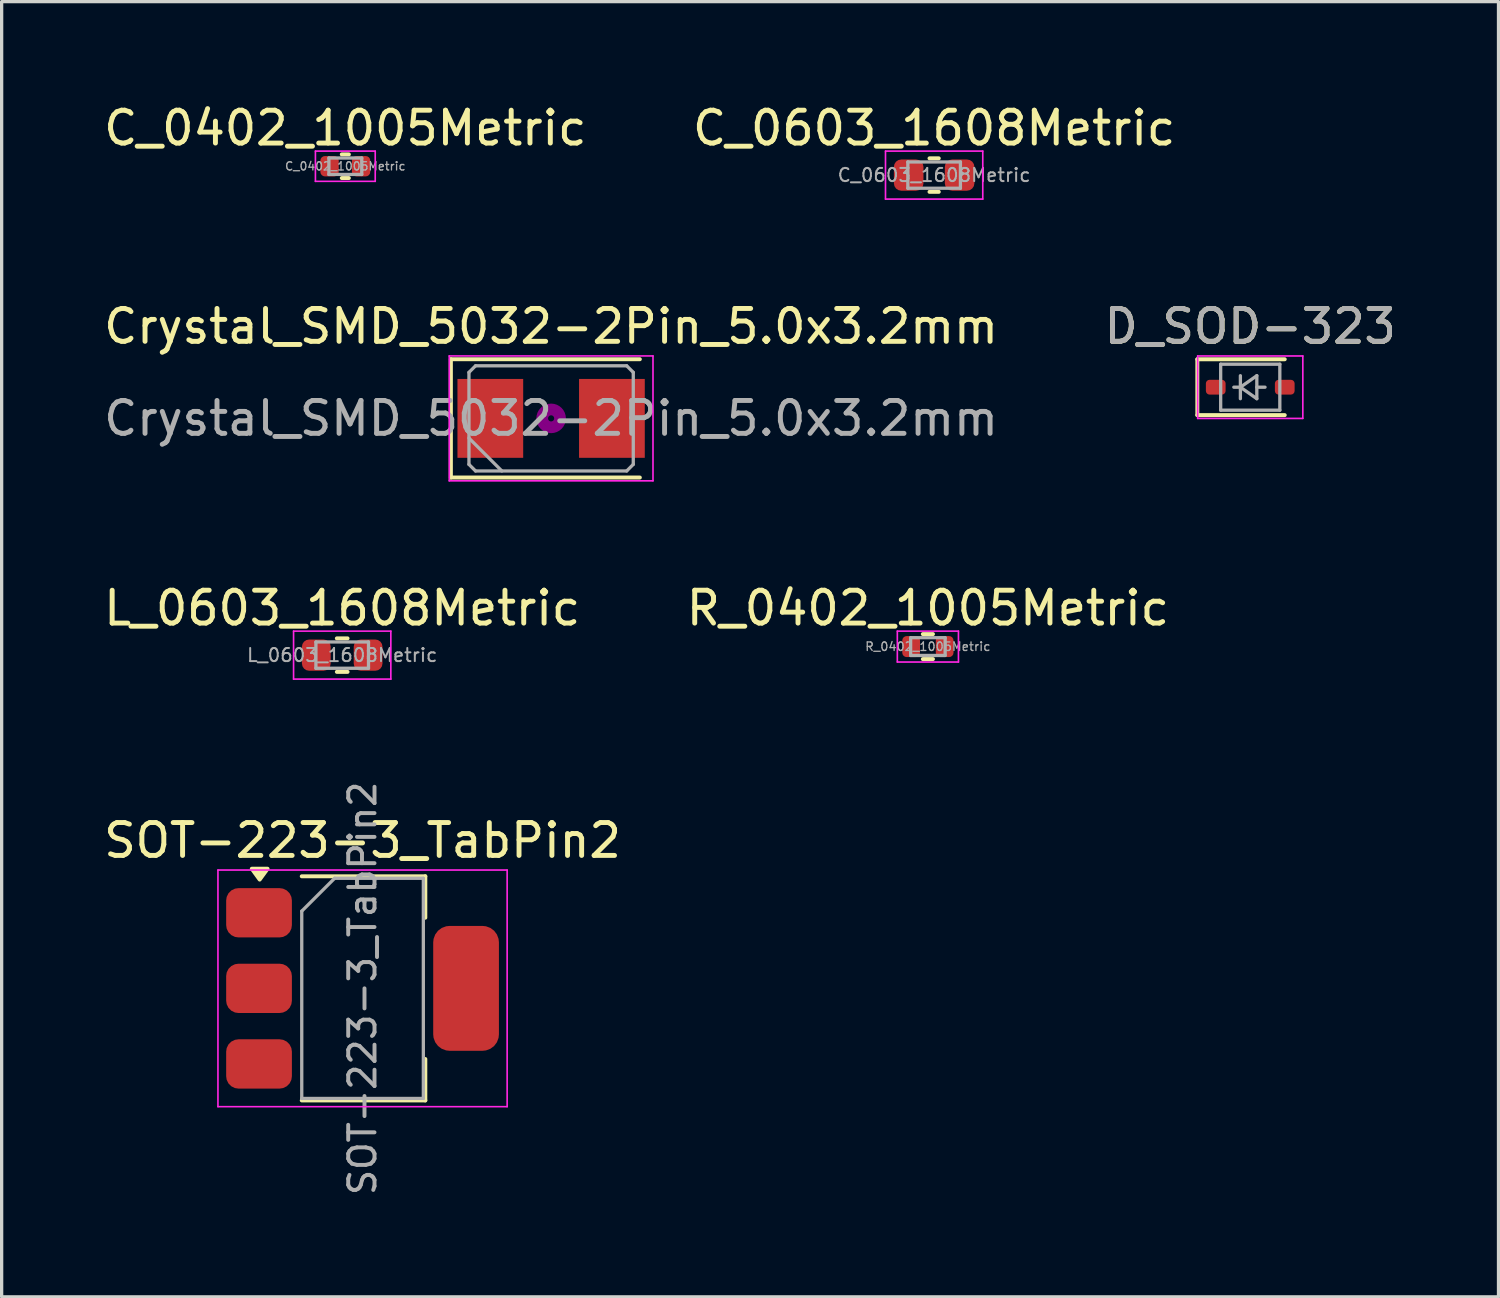
<source format=kicad_pcb>
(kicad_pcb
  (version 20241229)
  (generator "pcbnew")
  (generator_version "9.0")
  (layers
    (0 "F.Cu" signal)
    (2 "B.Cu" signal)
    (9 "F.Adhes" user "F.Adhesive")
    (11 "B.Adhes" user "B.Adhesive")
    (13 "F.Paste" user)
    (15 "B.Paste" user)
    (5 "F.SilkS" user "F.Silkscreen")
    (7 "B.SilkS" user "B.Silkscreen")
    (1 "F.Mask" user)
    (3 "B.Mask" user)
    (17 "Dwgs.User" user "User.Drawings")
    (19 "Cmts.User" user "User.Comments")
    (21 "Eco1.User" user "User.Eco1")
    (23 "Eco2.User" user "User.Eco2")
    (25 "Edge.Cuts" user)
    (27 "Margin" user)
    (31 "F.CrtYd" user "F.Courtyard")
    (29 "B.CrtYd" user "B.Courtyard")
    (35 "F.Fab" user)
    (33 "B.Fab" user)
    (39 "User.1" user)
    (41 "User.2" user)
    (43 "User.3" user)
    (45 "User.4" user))
  (footprint "L_0603_1608Metric"
    (layer "F.Cu")
    (at 7.363 16.885)
    (property "Reference" "L_0603_1608Metric" (at 0 -1.43 0) (layer "F.SilkS") (effects (font (size 1 1) (thickness 0.15))))
    (attr smd)
    (fp_line (start -0.163 -0.51) (end 0.163 -0.51) (stroke (width 0.12) (type solid)) (layer "F.SilkS"))
    (fp_line (start -0.163 0.51) (end 0.163 0.51) (stroke (width 0.12) (type solid)) (layer "F.SilkS"))
    (fp_line (start -1.48 -0.73) (end 1.48 -0.73) (stroke (width 0.05) (type solid)) (layer "F.CrtYd"))
    (fp_line (start -1.48 0.73) (end -1.48 -0.73) (stroke (width 0.05) (type solid)) (layer "F.CrtYd"))
    (fp_line (start 1.48 -0.73) (end 1.48 0.73) (stroke (width 0.05) (type solid)) (layer "F.CrtYd"))
    (fp_line (start 1.48 0.73) (end -1.48 0.73) (stroke (width 0.05) (type solid)) (layer "F.CrtYd"))
    (fp_line (start -0.8 -0.4) (end 0.8 -0.4) (stroke (width 0.1) (type solid)) (layer "F.Fab"))
    (fp_line (start -0.8 0.4) (end -0.8 -0.4) (stroke (width 0.1) (type solid)) (layer "F.Fab"))
    (fp_line (start 0.8 -0.4) (end 0.8 0.4) (stroke (width 0.1) (type solid)) (layer "F.Fab"))
    (fp_line (start 0.8 0.4) (end -0.8 0.4) (stroke (width 0.1) (type solid)) (layer "F.Fab"))
    (fp_text user "${REFERENCE}" (at 0 0 0) (layer "F.Fab") (effects (font (size 0.4 0.4) (thickness 0.06))))
    (pad "1" smd roundrect (at -0.788 0 180) (size 0.875 0.95) (layers "F.Cu" "F.Mask" "F.Paste") (roundrect_rratio 0.25))
    (pad "2" smd roundrect (at 0.788 0 180) (size 0.875 0.95) (layers "F.Cu" "F.Mask" "F.Paste") (roundrect_rratio 0.25)))
  (footprint "SOT-223-3_TabPin2"
    (layer "F.Cu")
    (at 7.982 27.025)
    (property "Reference" "SOT-223-3_TabPin2" (at 0 -4.5 0) (layer "F.SilkS") (effects (font (size 1 1) (thickness 0.15))))
    (attr smd)
    (fp_line (start -1.85 -3.41) (end 1.91 -3.41) (stroke (width 0.12) (type solid)) (layer "F.SilkS"))
    (fp_line (start -1.85 3.41) (end 1.91 3.41) (stroke (width 0.12) (type solid)) (layer "F.SilkS"))
    (fp_line (start 1.91 -3.41) (end 1.91 -2.15) (stroke (width 0.12) (type solid)) (layer "F.SilkS"))
    (fp_line (start 1.91 3.41) (end 1.91 2.15) (stroke (width 0.12) (type solid)) (layer "F.SilkS"))
    (fp_poly (pts (xy -3.13 -3.31) (xy -3.37 -3.64) (xy -2.89 -3.64) (xy -3.13 -3.31)) (stroke (width 0.12) (type solid)) (fill yes) (layer "F.SilkS"))
    (fp_line (start -4.4 -3.6) (end -4.4 3.6) (stroke (width 0.05) (type solid)) (layer "F.CrtYd"))
    (fp_line (start -4.4 3.6) (end 4.4 3.6) (stroke (width 0.05) (type solid)) (layer "F.CrtYd"))
    (fp_line (start 4.4 -3.6) (end -4.4 -3.6) (stroke (width 0.05) (type solid)) (layer "F.CrtYd"))
    (fp_line (start 4.4 3.6) (end 4.4 -3.6) (stroke (width 0.05) (type solid)) (layer "F.CrtYd"))
    (fp_line (start -1.85 -2.35) (end -1.85 3.35) (stroke (width 0.1) (type solid)) (layer "F.Fab"))
    (fp_line (start -1.85 -2.35) (end -0.85 -3.35) (stroke (width 0.1) (type solid)) (layer "F.Fab"))
    (fp_line (start -1.85 3.35) (end 1.85 3.35) (stroke (width 0.1) (type solid)) (layer "F.Fab"))
    (fp_line (start -0.85 -3.35) (end 1.85 -3.35) (stroke (width 0.1) (type solid)) (layer "F.Fab"))
    (fp_line (start 1.85 -3.35) (end 1.85 3.35) (stroke (width 0.1) (type solid)) (layer "F.Fab"))
    (fp_text user "${REFERENCE}" (at 0 0 90) (layer "F.Fab") (effects (font (size 0.8 0.8) (thickness 0.12))))
    (pad "1" smd roundrect (at -3.15 -2.3 180) (size 2 1.5) (layers "F.Cu" "F.Mask" "F.Paste") (roundrect_rratio 0.25))
    (pad "2" smd roundrect (at -3.15 0 180) (size 2 1.5) (layers "F.Cu" "F.Mask" "F.Paste") (roundrect_rratio 0.25))
    (pad "2" smd roundrect (at 3.15 0 180) (size 2 3.8) (layers "F.Cu" "F.Mask" "F.Paste") (roundrect_rratio 0.25))
    (pad "3" smd roundrect (at -3.15 2.3 180) (size 2 1.5) (layers "F.Cu" "F.Mask" "F.Paste") (roundrect_rratio 0.25)))
  (footprint "Crystal_SMD_5032-2Pin_5.0x3.2mm"
    (layer "F.Cu")
    (at 13.72 9.681)
    (property "Reference" "Crystal_SMD_5032-2Pin_5.0x3.2mm" (at 0 -2.8 0) (layer "F.SilkS") (effects (font (size 1 1) (thickness 0.15))))
    (attr smd)
    (fp_line (start -3.05 -1.8) (end -3.05 1.8) (stroke (width 0.12) (type solid)) (layer "F.SilkS"))
    (fp_line (start -3.05 1.8) (end 2.7 1.8) (stroke (width 0.12) (type solid)) (layer "F.SilkS"))
    (fp_line (start 2.7 -1.8) (end -3.05 -1.8) (stroke (width 0.12) (type solid)) (layer "F.SilkS"))
    (fp_circle (center 0 0) (end 0.093 0) (stroke (width 0.187) (type solid)) (fill no) (layer "F.Adhes"))
    (fp_circle (center 0 0) (end 0.213 0) (stroke (width 0.133) (type solid)) (fill no) (layer "F.Adhes"))
    (fp_circle (center 0 0) (end 0.333 0) (stroke (width 0.133) (type solid)) (fill no) (layer "F.Adhes"))
    (fp_circle (center 0 0) (end 0.4 0) (stroke (width 0.1) (type solid)) (fill no) (layer "F.Adhes"))
    (fp_line (start -3.1 -1.9) (end -3.1 1.9) (stroke (width 0.05) (type solid)) (layer "F.CrtYd"))
    (fp_line (start -3.1 1.9) (end 3.1 1.9) (stroke (width 0.05) (type solid)) (layer "F.CrtYd"))
    (fp_line (start 3.1 -1.9) (end -3.1 -1.9) (stroke (width 0.05) (type solid)) (layer "F.CrtYd"))
    (fp_line (start 3.1 1.9) (end 3.1 -1.9) (stroke (width 0.05) (type solid)) (layer "F.CrtYd"))
    (fp_line (start -2.5 0.6) (end -1.5 1.6) (stroke (width 0.1) (type solid)) (layer "F.Fab"))
    (fp_line (start -2.5 -1.4) (end -2.3 -1.6) (stroke (width 0.1) (type solid)) (layer "F.Fab"))
    (fp_line (start -2.5 1.4) (end -2.5 -1.4) (stroke (width 0.1) (type solid)) (layer "F.Fab"))
    (fp_line (start -2.3 -1.6) (end 2.3 -1.6) (stroke (width 0.1) (type solid)) (layer "F.Fab"))
    (fp_line (start -2.3 1.6) (end -2.5 1.4) (stroke (width 0.1) (type solid)) (layer "F.Fab"))
    (fp_line (start 2.3 -1.6) (end 2.5 -1.4) (stroke (width 0.1) (type solid)) (layer "F.Fab"))
    (fp_line (start 2.3 1.6) (end -2.3 1.6) (stroke (width 0.1) (type solid)) (layer "F.Fab"))
    (fp_line (start 2.5 -1.4) (end 2.5 1.4) (stroke (width 0.1) (type solid)) (layer "F.Fab"))
    (fp_line (start 2.5 1.4) (end 2.3 1.6) (stroke (width 0.1) (type solid)) (layer "F.Fab"))
    (fp_text user "${REFERENCE}" (at 0 0 0) (layer "F.Fab") (effects (font (size 1 1) (thickness 0.15))))
    (pad "1" smd rect (at -1.85 0 180) (size 2 2.4) (layers "F.Cu" "F.Mask" "F.Paste"))
    (pad "2" smd rect (at 1.85 0 180) (size 2 2.4) (layers "F.Cu" "F.Mask" "F.Paste")))
  (footprint "C_0402_1005Metric"
    (layer "F.Cu")
    (at 7.458 2.008)
    (property "Reference" "C_0402_1005Metric" (at 0 -1.16 0) (layer "F.SilkS") (effects (font (size 1 1) (thickness 0.15))))
    (attr smd)
    (fp_line (start -0.108 -0.36) (end 0.108 -0.36) (stroke (width 0.12) (type solid)) (layer "F.SilkS"))
    (fp_line (start -0.108 0.36) (end 0.108 0.36) (stroke (width 0.12) (type solid)) (layer "F.SilkS"))
    (fp_line (start -0.91 -0.46) (end 0.91 -0.46) (stroke (width 0.05) (type solid)) (layer "F.CrtYd"))
    (fp_line (start -0.91 0.46) (end -0.91 -0.46) (stroke (width 0.05) (type solid)) (layer "F.CrtYd"))
    (fp_line (start 0.91 -0.46) (end 0.91 0.46) (stroke (width 0.05) (type solid)) (layer "F.CrtYd"))
    (fp_line (start 0.91 0.46) (end -0.91 0.46) (stroke (width 0.05) (type solid)) (layer "F.CrtYd"))
    (fp_line (start -0.5 -0.25) (end 0.5 -0.25) (stroke (width 0.1) (type solid)) (layer "F.Fab"))
    (fp_line (start -0.5 0.25) (end -0.5 -0.25) (stroke (width 0.1) (type solid)) (layer "F.Fab"))
    (fp_line (start 0.5 -0.25) (end 0.5 0.25) (stroke (width 0.1) (type solid)) (layer "F.Fab"))
    (fp_line (start 0.5 0.25) (end -0.5 0.25) (stroke (width 0.1) (type solid)) (layer "F.Fab"))
    (fp_text user "${REFERENCE}" (at 0 0 0) (layer "F.Fab") (effects (font (size 0.25 0.25) (thickness 0.04))))
    (pad "1" smd roundrect (at -0.48 0 180) (size 0.56 0.62) (layers "F.Cu" "F.Mask" "F.Paste") (roundrect_rratio 0.25))
    (pad "2" smd roundrect (at 0.48 0 180) (size 0.56 0.62) (layers "F.Cu" "F.Mask" "F.Paste") (roundrect_rratio 0.25)))
  (footprint "R_0402_1005Metric"
    (layer "F.Cu")
    (at 25.185 16.625)
    (property "Reference" "R_0402_1005Metric" (at 0 -1.17 0) (layer "F.SilkS") (effects (font (size 1 1) (thickness 0.15))))
    (attr smd)
    (fp_line (start -0.154 -0.38) (end 0.154 -0.38) (stroke (width 0.12) (type solid)) (layer "F.SilkS"))
    (fp_line (start -0.154 0.38) (end 0.154 0.38) (stroke (width 0.12) (type solid)) (layer "F.SilkS"))
    (fp_line (start -0.93 -0.47) (end 0.93 -0.47) (stroke (width 0.05) (type solid)) (layer "F.CrtYd"))
    (fp_line (start -0.93 0.47) (end -0.93 -0.47) (stroke (width 0.05) (type solid)) (layer "F.CrtYd"))
    (fp_line (start 0.93 -0.47) (end 0.93 0.47) (stroke (width 0.05) (type solid)) (layer "F.CrtYd"))
    (fp_line (start 0.93 0.47) (end -0.93 0.47) (stroke (width 0.05) (type solid)) (layer "F.CrtYd"))
    (fp_line (start -0.525 -0.27) (end 0.525 -0.27) (stroke (width 0.1) (type solid)) (layer "F.Fab"))
    (fp_line (start -0.525 0.27) (end -0.525 -0.27) (stroke (width 0.1) (type solid)) (layer "F.Fab"))
    (fp_line (start 0.525 -0.27) (end 0.525 0.27) (stroke (width 0.1) (type solid)) (layer "F.Fab"))
    (fp_line (start 0.525 0.27) (end -0.525 0.27) (stroke (width 0.1) (type solid)) (layer "F.Fab"))
    (fp_text user "${REFERENCE}" (at 0 0 0) (layer "F.Fab") (effects (font (size 0.26 0.26) (thickness 0.04))))
    (pad "1" smd roundrect (at -0.51 0 180) (size 0.54 0.64) (layers "F.Cu" "F.Mask" "F.Paste") (roundrect_rratio 0.25))
    (pad "2" smd roundrect (at 0.51 0 180) (size 0.54 0.64) (layers "F.Cu" "F.Mask" "F.Paste") (roundrect_rratio 0.25)))
  (footprint "D_SOD-323"
    (layer "F.Cu")
    (at 34.994 8.732)
    (property "Reference" "D_SOD-323" (at 0 -1.85 0) (layer "F.SilkS") (effects (font (size 1 1) (thickness 0.15))))
    (attr smd)
    (fp_line (start -1.61 -0.85) (end -1.61 0.85) (stroke (width 0.12) (type solid)) (layer "F.SilkS"))
    (fp_line (start -1.61 -0.85) (end 1.05 -0.85) (stroke (width 0.12) (type solid)) (layer "F.SilkS"))
    (fp_line (start -1.61 0.85) (end 1.05 0.85) (stroke (width 0.12) (type solid)) (layer "F.SilkS"))
    (fp_line (start -1.6 -0.95) (end -1.6 0.95) (stroke (width 0.05) (type solid)) (layer "F.CrtYd"))
    (fp_line (start -1.6 -0.95) (end 1.6 -0.95) (stroke (width 0.05) (type solid)) (layer "F.CrtYd"))
    (fp_line (start -1.6 0.95) (end 1.6 0.95) (stroke (width 0.05) (type solid)) (layer "F.CrtYd"))
    (fp_line (start 1.6 -0.95) (end 1.6 0.95) (stroke (width 0.05) (type solid)) (layer "F.CrtYd"))
    (fp_line (start -0.9 -0.7) (end 0.9 -0.7) (stroke (width 0.1) (type solid)) (layer "F.Fab"))
    (fp_line (start -0.9 0.7) (end -0.9 -0.7) (stroke (width 0.1) (type solid)) (layer "F.Fab"))
    (fp_line (start -0.3 -0.35) (end -0.3 0.35) (stroke (width 0.1) (type solid)) (layer "F.Fab"))
    (fp_line (start -0.3 0) (end -0.5 0) (stroke (width 0.1) (type solid)) (layer "F.Fab"))
    (fp_line (start -0.3 0) (end 0.2 -0.35) (stroke (width 0.1) (type solid)) (layer "F.Fab"))
    (fp_line (start 0.2 0) (end 0.45 0) (stroke (width 0.1) (type solid)) (layer "F.Fab"))
    (fp_line (start 0.2 -0.35) (end 0.2 0.35) (stroke (width 0.1) (type solid)) (layer "F.Fab"))
    (fp_line (start 0.2 0.35) (end -0.3 0) (stroke (width 0.1) (type solid)) (layer "F.Fab"))
    (fp_line (start 0.9 -0.7) (end 0.9 0.7) (stroke (width 0.1) (type solid)) (layer "F.Fab"))
    (fp_line (start 0.9 0.7) (end -0.9 0.7) (stroke (width 0.1) (type solid)) (layer "F.Fab"))
    (fp_text user "${REFERENCE}" (at 0 -1.85 0) (layer "F.Fab") (effects (font (size 1 1) (thickness 0.15))))
    (pad "1" smd roundrect (at -1.05 0 180) (size 0.6 0.45) (layers "F.Cu" "F.Mask" "F.Paste") (roundrect_rratio 0.25))
    (pad "2" smd roundrect (at 1.05 0 180) (size 0.6 0.45) (layers "F.Cu" "F.Mask" "F.Paste") (roundrect_rratio 0.25)))
  (footprint "C_0603_1608Metric"
    (layer "F.Cu")
    (at 25.375 2.278)
    (property "Reference" "C_0603_1608Metric" (at 0 -1.43 0) (layer "F.SilkS") (effects (font (size 1 1) (thickness 0.15))))
    (attr smd)
    (fp_line (start -0.141 -0.51) (end 0.141 -0.51) (stroke (width 0.12) (type solid)) (layer "F.SilkS"))
    (fp_line (start -0.141 0.51) (end 0.141 0.51) (stroke (width 0.12) (type solid)) (layer "F.SilkS"))
    (fp_line (start -1.48 -0.73) (end 1.48 -0.73) (stroke (width 0.05) (type solid)) (layer "F.CrtYd"))
    (fp_line (start -1.48 0.73) (end -1.48 -0.73) (stroke (width 0.05) (type solid)) (layer "F.CrtYd"))
    (fp_line (start 1.48 -0.73) (end 1.48 0.73) (stroke (width 0.05) (type solid)) (layer "F.CrtYd"))
    (fp_line (start 1.48 0.73) (end -1.48 0.73) (stroke (width 0.05) (type solid)) (layer "F.CrtYd"))
    (fp_line (start -0.8 -0.4) (end 0.8 -0.4) (stroke (width 0.1) (type solid)) (layer "F.Fab"))
    (fp_line (start -0.8 0.4) (end -0.8 -0.4) (stroke (width 0.1) (type solid)) (layer "F.Fab"))
    (fp_line (start 0.8 -0.4) (end 0.8 0.4) (stroke (width 0.1) (type solid)) (layer "F.Fab"))
    (fp_line (start 0.8 0.4) (end -0.8 0.4) (stroke (width 0.1) (type solid)) (layer "F.Fab"))
    (fp_text user "${REFERENCE}" (at 0 0 0) (layer "F.Fab") (effects (font (size 0.4 0.4) (thickness 0.06))))
    (pad "1" smd roundrect (at -0.775 0 180) (size 0.9 0.95) (layers "F.Cu" "F.Mask" "F.Paste") (roundrect_rratio 0.25))
    (pad "2" smd roundrect (at 0.775 0 180) (size 0.9 0.95) (layers "F.Cu" "F.Mask" "F.Paste") (roundrect_rratio 0.25)))
  (gr_rect
    (start -3 -3)
    (end 42.548 36.411)
    (stroke (width 0.1) (type default))
    (fill no)
    (layer "Edge.Cuts")))
</source>
